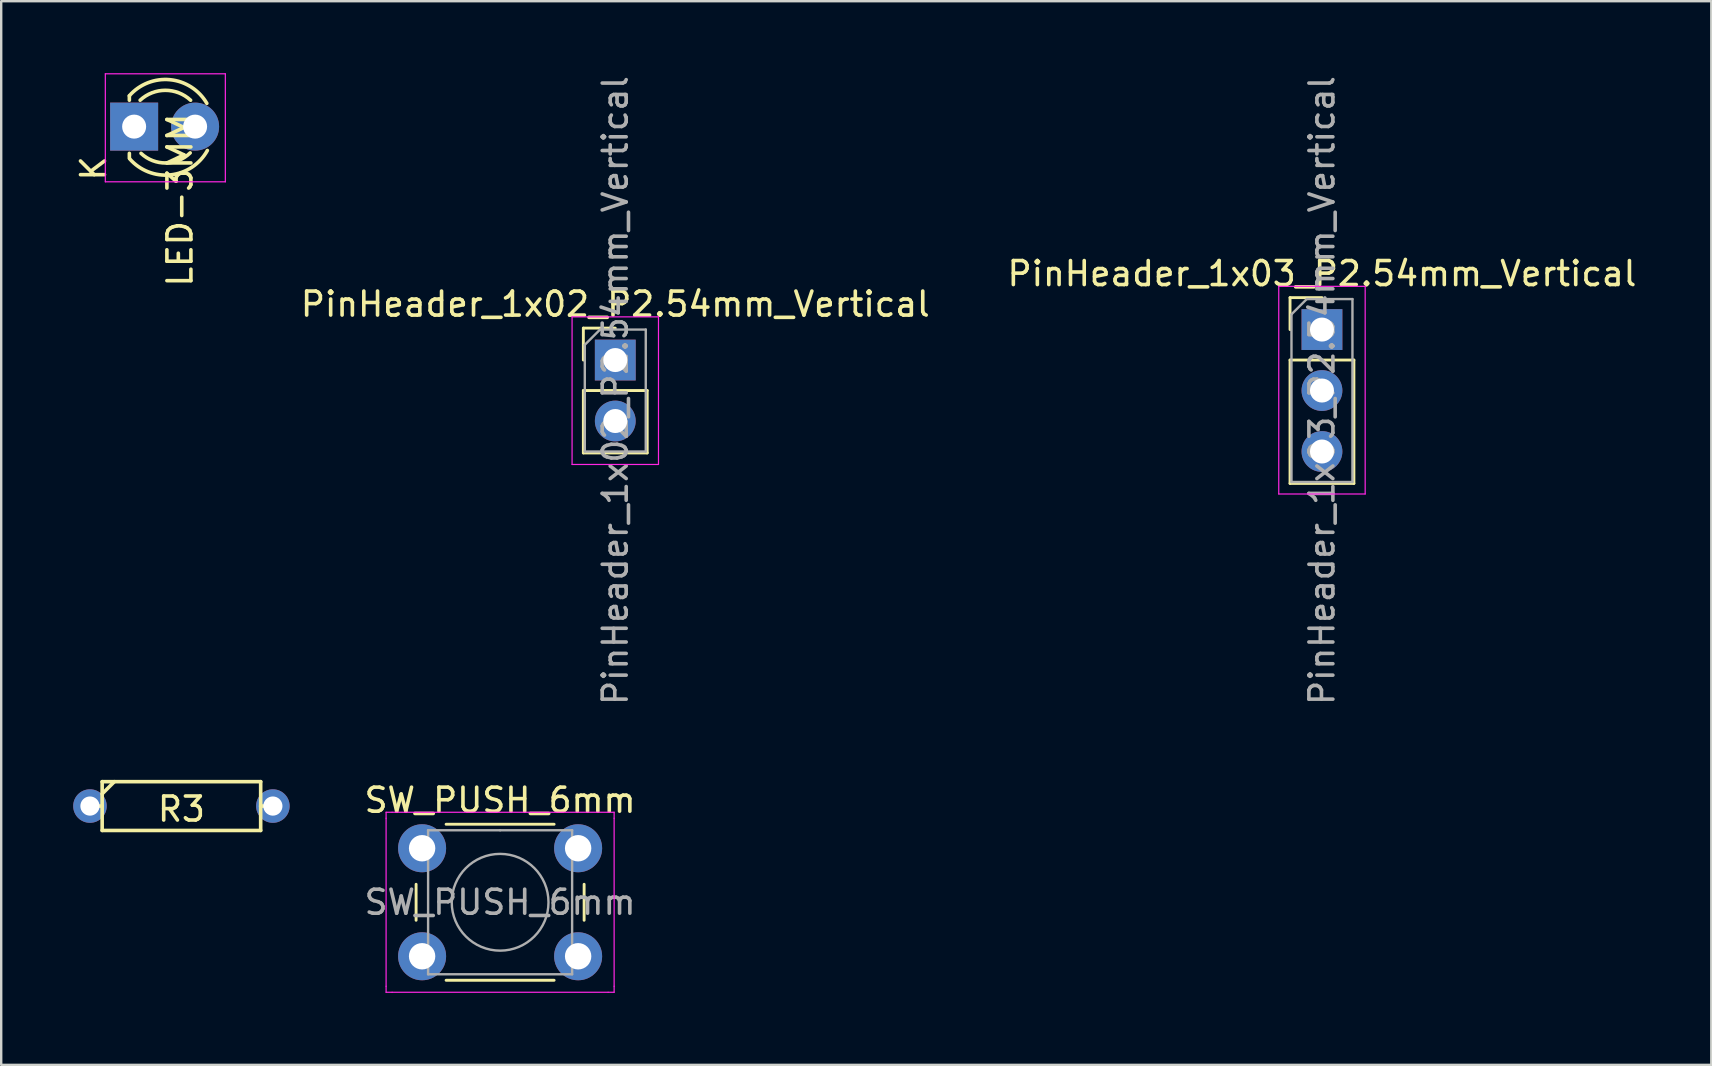
<source format=kicad_pcb>
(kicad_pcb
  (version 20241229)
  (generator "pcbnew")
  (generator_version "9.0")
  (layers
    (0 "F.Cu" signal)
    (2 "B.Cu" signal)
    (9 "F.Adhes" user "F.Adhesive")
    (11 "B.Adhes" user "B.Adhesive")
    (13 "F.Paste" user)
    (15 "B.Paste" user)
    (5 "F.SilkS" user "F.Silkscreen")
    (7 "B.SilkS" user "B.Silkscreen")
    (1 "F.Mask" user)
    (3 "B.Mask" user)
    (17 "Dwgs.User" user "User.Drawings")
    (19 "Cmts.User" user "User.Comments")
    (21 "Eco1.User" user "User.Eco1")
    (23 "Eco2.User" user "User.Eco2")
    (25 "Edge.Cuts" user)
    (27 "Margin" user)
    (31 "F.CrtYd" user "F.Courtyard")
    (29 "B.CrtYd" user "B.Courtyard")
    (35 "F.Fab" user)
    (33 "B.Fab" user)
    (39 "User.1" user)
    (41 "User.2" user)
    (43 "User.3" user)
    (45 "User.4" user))
  (footprint "LED-3MM"
    (layer "F.Cu")
    (at 2.538 2.225)
    (property "Reference" "LED-3MM" (at 1.91 3.06 90) (layer "F.SilkS") (effects (font (size 1 1) (thickness 0.15))))
    (attr through_hole)
    (fp_line (start -0.199 -1.28) (end -0.199 -1.1) (stroke (width 0.15) (type solid)) (layer "F.SilkS"))
    (fp_line (start -0.199 1.314) (end -0.199 1.114) (stroke (width 0.15) (type solid)) (layer "F.SilkS"))
    (fp_arc (start -0.199 -1.286) (mid 1.495903 -1.954571) (end 3.028744 -0.969643) (stroke (width 0.15) (type solid)) (layer "F.SilkS"))
    (fp_arc (start 0.25 -1.1) (mid 1.301686 -1.512142) (end 2.353005 -1.099067) (stroke (width 0.15) (type solid)) (layer "F.SilkS"))
    (fp_arc (start 2.335 1.094) (mid 1.31492 1.51473) (end 0.287111 1.113252) (stroke (width 0.15) (type solid)) (layer "F.SilkS"))
    (fp_arc (start 3.051 0.994) (mid 1.522637 2.009958) (end -0.18622 1.340726) (stroke (width 0.15) (type solid)) (layer "F.SilkS"))
    (fp_line (start -1.2 -2.2) (end -1.2 2.3) (stroke (width 0.05) (type solid)) (layer "F.CrtYd"))
    (fp_line (start -1.2 2.3) (end 3.8 2.3) (stroke (width 0.05) (type solid)) (layer "F.CrtYd"))
    (fp_line (start 3.8 -2.2) (end -1.2 -2.2) (stroke (width 0.05) (type solid)) (layer "F.CrtYd"))
    (fp_line (start 3.8 2.3) (end 3.8 -2.2) (stroke (width 0.05) (type solid)) (layer "F.CrtYd"))
    (fp_text user "K" (at -1.69 1.74 90) (layer "F.SilkS") (effects (font (size 1 1) (thickness 0.15))))
    (pad "1" thru_hole rect (at 0 0 180) (size 2 2) (drill 1) (layers "*.Cu" "*.Mask"))
    (pad "2" thru_hole circle (at 2.54 0 90) (size 2 2) (drill 1) (layers "*.Cu" "*.Mask")))
  (footprint "PinHeader_1x03_P2.54mm_Vertical"
    (layer "F.Cu")
    (at 52.024 10.68)
    (property "Reference" "PinHeader_1x03_P2.54mm_Vertical" (at 0 -2.33 0) (layer "F.SilkS") (effects (font (size 1 1) (thickness 0.15))))
    (attr through_hole)
    (fp_line (start -1.33 -1.33) (end 0 -1.33) (stroke (width 0.12) (type solid)) (layer "F.SilkS"))
    (fp_line (start -1.33 0) (end -1.33 -1.33) (stroke (width 0.12) (type solid)) (layer "F.SilkS"))
    (fp_line (start -1.33 1.27) (end -1.33 6.41) (stroke (width 0.12) (type solid)) (layer "F.SilkS"))
    (fp_line (start -1.33 1.27) (end 1.33 1.27) (stroke (width 0.12) (type solid)) (layer "F.SilkS"))
    (fp_line (start -1.33 6.41) (end 1.33 6.41) (stroke (width 0.12) (type solid)) (layer "F.SilkS"))
    (fp_line (start 1.33 1.27) (end 1.33 6.41) (stroke (width 0.12) (type solid)) (layer "F.SilkS"))
    (fp_line (start -1.8 -1.8) (end -1.8 6.85) (stroke (width 0.05) (type solid)) (layer "F.CrtYd"))
    (fp_line (start -1.8 6.85) (end 1.8 6.85) (stroke (width 0.05) (type solid)) (layer "F.CrtYd"))
    (fp_line (start 1.8 -1.8) (end -1.8 -1.8) (stroke (width 0.05) (type solid)) (layer "F.CrtYd"))
    (fp_line (start 1.8 6.85) (end 1.8 -1.8) (stroke (width 0.05) (type solid)) (layer "F.CrtYd"))
    (fp_line (start -1.27 -0.635) (end -0.635 -1.27) (stroke (width 0.1) (type solid)) (layer "F.Fab"))
    (fp_line (start -1.27 6.35) (end -1.27 -0.635) (stroke (width 0.1) (type solid)) (layer "F.Fab"))
    (fp_line (start -0.635 -1.27) (end 1.27 -1.27) (stroke (width 0.1) (type solid)) (layer "F.Fab"))
    (fp_line (start 1.27 -1.27) (end 1.27 6.35) (stroke (width 0.1) (type solid)) (layer "F.Fab"))
    (fp_line (start 1.27 6.35) (end -1.27 6.35) (stroke (width 0.1) (type solid)) (layer "F.Fab"))
    (fp_text user "${REFERENCE}" (at 0 2.54 90) (layer "F.Fab") (effects (font (size 1 1) (thickness 0.15))))
    (pad "1" thru_hole rect (at 0 0) (size 1.7 1.7) (drill 1) (layers "*.Cu" "*.Mask"))
    (pad "2" thru_hole oval (at 0 2.54) (size 1.7 1.7) (drill 1) (layers "*.Cu" "*.Mask"))
    (pad "3" thru_hole oval (at 0 5.08) (size 1.7 1.7) (drill 1) (layers "*.Cu" "*.Mask")))
  (footprint "PinHeader_1x02_P2.54mm_Vertical"
    (layer "F.Cu")
    (at 22.583 11.95)
    (property "Reference" "PinHeader_1x02_P2.54mm_Vertical" (at 0 -2.33 0) (layer "F.SilkS") (effects (font (size 1 1) (thickness 0.15))))
    (attr through_hole)
    (fp_line (start -1.33 -1.33) (end 0 -1.33) (stroke (width 0.12) (type solid)) (layer "F.SilkS"))
    (fp_line (start -1.33 0) (end -1.33 -1.33) (stroke (width 0.12) (type solid)) (layer "F.SilkS"))
    (fp_line (start -1.33 1.27) (end -1.33 3.87) (stroke (width 0.12) (type solid)) (layer "F.SilkS"))
    (fp_line (start -1.33 1.27) (end 1.33 1.27) (stroke (width 0.12) (type solid)) (layer "F.SilkS"))
    (fp_line (start -1.33 3.87) (end 1.33 3.87) (stroke (width 0.12) (type solid)) (layer "F.SilkS"))
    (fp_line (start 1.33 1.27) (end 1.33 3.87) (stroke (width 0.12) (type solid)) (layer "F.SilkS"))
    (fp_line (start -1.8 -1.8) (end -1.8 4.35) (stroke (width 0.05) (type solid)) (layer "F.CrtYd"))
    (fp_line (start -1.8 4.35) (end 1.8 4.35) (stroke (width 0.05) (type solid)) (layer "F.CrtYd"))
    (fp_line (start 1.8 -1.8) (end -1.8 -1.8) (stroke (width 0.05) (type solid)) (layer "F.CrtYd"))
    (fp_line (start 1.8 4.35) (end 1.8 -1.8) (stroke (width 0.05) (type solid)) (layer "F.CrtYd"))
    (fp_line (start -1.27 -0.635) (end -0.635 -1.27) (stroke (width 0.1) (type solid)) (layer "F.Fab"))
    (fp_line (start -1.27 3.81) (end -1.27 -0.635) (stroke (width 0.1) (type solid)) (layer "F.Fab"))
    (fp_line (start -0.635 -1.27) (end 1.27 -1.27) (stroke (width 0.1) (type solid)) (layer "F.Fab"))
    (fp_line (start 1.27 -1.27) (end 1.27 3.81) (stroke (width 0.1) (type solid)) (layer "F.Fab"))
    (fp_line (start 1.27 3.81) (end -1.27 3.81) (stroke (width 0.1) (type solid)) (layer "F.Fab"))
    (fp_text user "${REFERENCE}" (at 0 1.27 90) (layer "F.Fab") (effects (font (size 1 1) (thickness 0.15))))
    (pad "1" thru_hole rect (at 0 0) (size 1.7 1.7) (drill 1) (layers "*.Cu" "*.Mask"))
    (pad "2" thru_hole oval (at 0 2.54) (size 1.7 1.7) (drill 1) (layers "*.Cu" "*.Mask")))
  (footprint "SW_PUSH_6mm"
    (layer "F.Cu")
    (at 14.535 32.289)
    (property "Reference" "SW_PUSH_6mm" (at 3.25 -2 0) (layer "F.SilkS") (effects (font (size 1 1) (thickness 0.15))))
    (attr through_hole)
    (fp_line (start -0.25 1.5) (end -0.25 3) (stroke (width 0.12) (type solid)) (layer "F.SilkS"))
    (fp_line (start 1 5.5) (end 5.5 5.5) (stroke (width 0.12) (type solid)) (layer "F.SilkS"))
    (fp_line (start 5.5 -1) (end 1 -1) (stroke (width 0.12) (type solid)) (layer "F.SilkS"))
    (fp_line (start 6.75 3) (end 6.75 1.5) (stroke (width 0.12) (type solid)) (layer "F.SilkS"))
    (fp_line (start -1.5 -1.5) (end -1.25 -1.5) (stroke (width 0.05) (type solid)) (layer "F.CrtYd"))
    (fp_line (start -1.5 -1.25) (end -1.5 -1.5) (stroke (width 0.05) (type solid)) (layer "F.CrtYd"))
    (fp_line (start -1.5 5.75) (end -1.5 -1.25) (stroke (width 0.05) (type solid)) (layer "F.CrtYd"))
    (fp_line (start -1.5 5.75) (end -1.5 6) (stroke (width 0.05) (type solid)) (layer "F.CrtYd"))
    (fp_line (start -1.5 6) (end -1.25 6) (stroke (width 0.05) (type solid)) (layer "F.CrtYd"))
    (fp_line (start -1.25 -1.5) (end 7.75 -1.5) (stroke (width 0.05) (type solid)) (layer "F.CrtYd"))
    (fp_line (start 7.75 -1.5) (end 8 -1.5) (stroke (width 0.05) (type solid)) (layer "F.CrtYd"))
    (fp_line (start 7.75 6) (end -1.25 6) (stroke (width 0.05) (type solid)) (layer "F.CrtYd"))
    (fp_line (start 7.75 6) (end 8 6) (stroke (width 0.05) (type solid)) (layer "F.CrtYd"))
    (fp_line (start 8 -1.5) (end 8 -1.25) (stroke (width 0.05) (type solid)) (layer "F.CrtYd"))
    (fp_line (start 8 -1.25) (end 8 5.75) (stroke (width 0.05) (type solid)) (layer "F.CrtYd"))
    (fp_line (start 8 6) (end 8 5.75) (stroke (width 0.05) (type solid)) (layer "F.CrtYd"))
    (fp_line (start 0.25 -0.75) (end 3.25 -0.75) (stroke (width 0.1) (type solid)) (layer "F.Fab"))
    (fp_line (start 0.25 5.25) (end 0.25 -0.75) (stroke (width 0.1) (type solid)) (layer "F.Fab"))
    (fp_line (start 3.25 -0.75) (end 6.25 -0.75) (stroke (width 0.1) (type solid)) (layer "F.Fab"))
    (fp_line (start 6.25 -0.75) (end 6.25 5.25) (stroke (width 0.1) (type solid)) (layer "F.Fab"))
    (fp_line (start 6.25 5.25) (end 0.25 5.25) (stroke (width 0.1) (type solid)) (layer "F.Fab"))
    (fp_circle (center 3.25 2.25) (end 1.25 2.5) (stroke (width 0.1) (type solid)) (fill no) (layer "F.Fab"))
    (fp_text user "${REFERENCE}" (at 3.25 2.25 0) (layer "F.Fab") (effects (font (size 1 1) (thickness 0.15))))
    (pad "1" thru_hole circle (at 0 0 90) (size 2 2) (drill 1.1) (layers "*.Cu" "*.Mask"))
    (pad "1" thru_hole circle (at 6.5 0 90) (size 2 2) (drill 1.1) (layers "*.Cu" "*.Mask"))
    (pad "2" thru_hole circle (at 0 4.5 90) (size 2 2) (drill 1.1) (layers "*.Cu" "*.Mask"))
    (pad "2" thru_hole circle (at 6.5 4.5 90) (size 2 2) (drill 1.1) (layers "*.Cu" "*.Mask")))
  (footprint "R3"
    (layer "F.Cu")
    (at 4.508 30.531)
    (property "Reference" "R3" (at 0 0.127 0) (layer "F.SilkS") (effects (font (size 1 1) (thickness 0.15))))
    (attr through_hole)
    (fp_line (start -3.81 0) (end -3.302 0) (stroke (width 0.15) (type solid)) (layer "F.SilkS"))
    (fp_line (start -3.302 -1.016) (end -3.302 1.016) (stroke (width 0.15) (type solid)) (layer "F.SilkS"))
    (fp_line (start -3.302 -0.508) (end -2.794 -1.016) (stroke (width 0.15) (type solid)) (layer "F.SilkS"))
    (fp_line (start -3.302 1.016) (end 3.302 1.016) (stroke (width 0.15) (type solid)) (layer "F.SilkS"))
    (fp_line (start 3.302 -1.016) (end -3.302 -1.016) (stroke (width 0.15) (type solid)) (layer "F.SilkS"))
    (fp_line (start 3.302 0) (end 3.302 -1.016) (stroke (width 0.15) (type solid)) (layer "F.SilkS"))
    (fp_line (start 3.302 1.016) (end 3.302 0) (stroke (width 0.15) (type solid)) (layer "F.SilkS"))
    (fp_line (start 3.81 0) (end 3.302 0) (stroke (width 0.15) (type solid)) (layer "F.SilkS"))
    (pad "1" thru_hole circle (at -3.81 0) (size 1.397 1.397) (drill 0.8) (layers "*.Cu" "*.Mask"))
    (pad "2" thru_hole circle (at 3.81 0) (size 1.397 1.397) (drill 0.8) (layers "*.Cu" "*.Mask")))
  (gr_rect
    (start -3 -3)
    (end 68.244 41.314)
    (stroke (width 0.1) (type default))
    (fill no)
    (layer "Edge.Cuts")))
</source>
